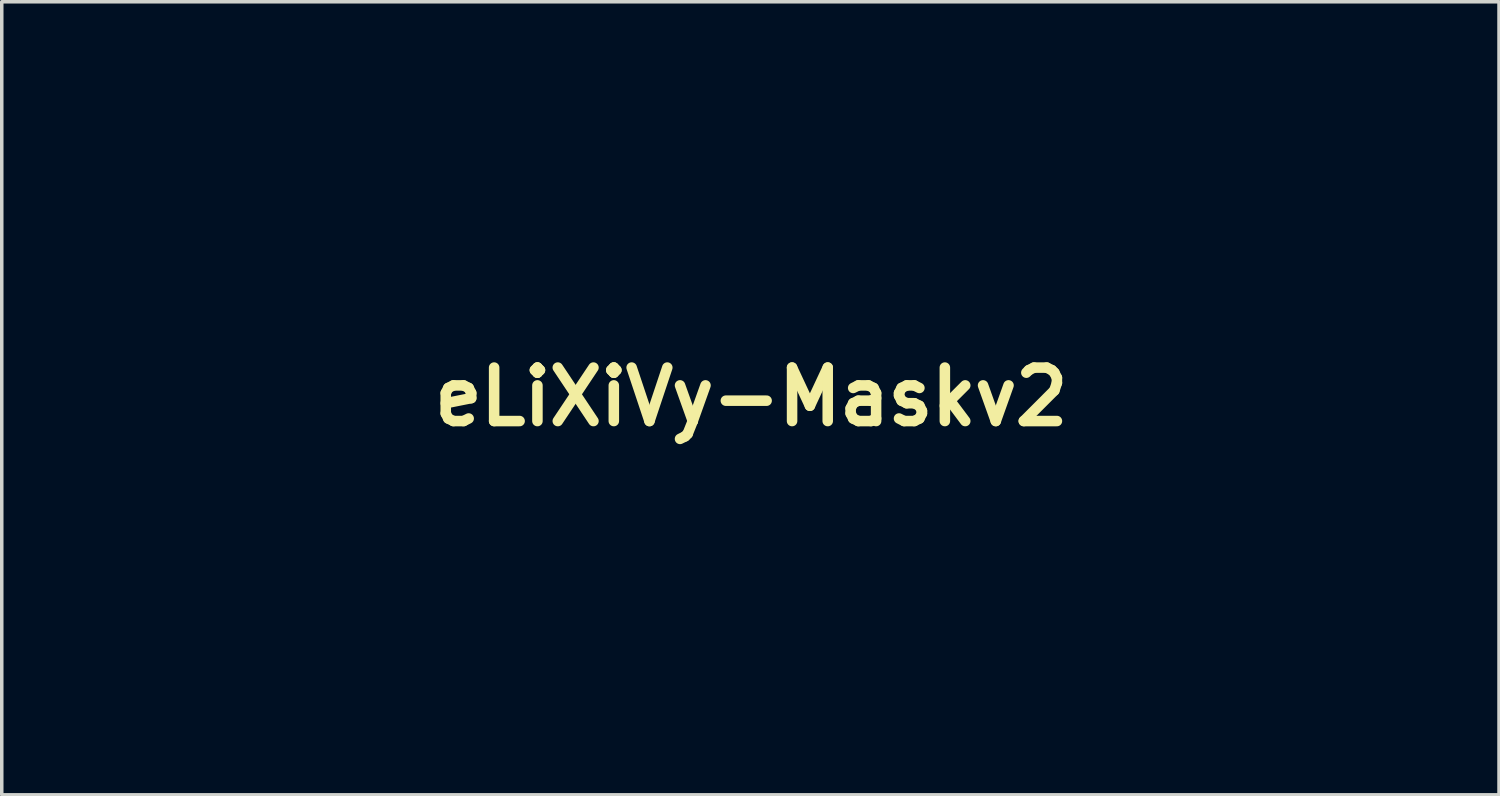
<source format=kicad_pcb>
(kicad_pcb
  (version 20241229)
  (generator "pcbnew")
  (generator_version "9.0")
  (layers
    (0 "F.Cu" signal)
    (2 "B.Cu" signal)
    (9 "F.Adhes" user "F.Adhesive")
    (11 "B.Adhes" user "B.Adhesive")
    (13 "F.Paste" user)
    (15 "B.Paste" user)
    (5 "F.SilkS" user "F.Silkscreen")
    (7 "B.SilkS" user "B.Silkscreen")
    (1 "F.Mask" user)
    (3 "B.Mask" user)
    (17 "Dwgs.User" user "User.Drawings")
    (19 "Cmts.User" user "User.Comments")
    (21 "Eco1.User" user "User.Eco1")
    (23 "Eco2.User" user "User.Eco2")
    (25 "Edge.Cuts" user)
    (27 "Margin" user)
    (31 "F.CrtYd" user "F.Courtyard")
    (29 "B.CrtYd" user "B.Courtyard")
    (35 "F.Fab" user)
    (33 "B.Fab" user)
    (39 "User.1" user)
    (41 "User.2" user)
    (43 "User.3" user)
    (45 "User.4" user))
  (footprint "eLiXiVy-Maskv2"
    (layer "F.Cu")
    (at 18.362 8.26)
    (property "Reference" "eLiXiVy-Maskv2" (at 0 0 0) (layer "F.SilkS") (effects (font (size 1.524 1.524) (thickness 0.3))))
    (attr through_hole)
    (fp_poly (pts (xy -12.065 8.297) (xy -12.594 8.297) (xy -12.594 6.652) (xy -12.832 6.723) (xy -12.928 6.751) (xy -13.011 6.774) (xy -13.071 6.789) (xy -13.098 6.794) (xy -13.111 6.784) (xy -13.118 6.748) (xy -13.12 6.682) (xy -13.119 6.59) (xy -13.113 6.386) (xy -12.636 6.22) (xy -12.5 6.173) (xy -12.375 6.132) (xy -12.267 6.097) (xy -12.183 6.071) (xy -12.129 6.057) (xy -12.113 6.054) (xy -12.065 6.054) (xy -12.065 8.297)) (stroke (width 0.01) (type solid)) (fill yes) (layer "F.Mask"))
    (fp_poly (pts (xy 3.143 -0.503) (xy 3.264 -0.444) (xy 3.367 -0.356) (xy 3.443 -0.241) (xy 3.463 -0.192) (xy 3.479 -0.121) (xy 3.489 -0.02) (xy 3.491 0.095) (xy 3.488 0.212) (xy 3.479 0.316) (xy 3.463 0.396) (xy 3.46 0.405) (xy 3.408 0.503) (xy 3.328 0.596) (xy 3.234 0.671) (xy 3.157 0.708) (xy 3.026 0.735) (xy 2.886 0.733) (xy 2.794 0.713) (xy 2.723 0.676) (xy 2.644 0.612) (xy 2.57 0.534) (xy 2.511 0.453) (xy 2.481 0.389) (xy 2.466 0.309) (xy 2.458 0.204) (xy 2.456 0.087) (xy 2.461 -0.028) (xy 2.472 -0.127) (xy 2.486 -0.188) (xy 2.553 -0.319) (xy 2.65 -0.421) (xy 2.736 -0.475) (xy 2.872 -0.521) (xy 3.01 -0.53) (xy 3.143 -0.503)) (stroke (width 0.01) (type solid)) (fill yes) (layer "F.Mask"))
    (fp_poly (pts (xy 9.703 -0.509) (xy 9.822 -0.46) (xy 9.927 -0.38) (xy 10.001 -0.287) (xy 10.026 -0.244) (xy 10.044 -0.206) (xy 10.055 -0.165) (xy 10.061 -0.112) (xy 10.064 -0.036) (xy 10.065 0.07) (xy 10.065 0.104) (xy 10.064 0.236) (xy 10.058 0.334) (xy 10.045 0.407) (xy 10.023 0.466) (xy 9.989 0.519) (xy 9.939 0.574) (xy 9.916 0.597) (xy 9.809 0.675) (xy 9.68 0.723) (xy 9.54 0.739) (xy 9.398 0.719) (xy 9.377 0.713) (xy 9.306 0.676) (xy 9.227 0.612) (xy 9.153 0.534) (xy 9.094 0.453) (xy 9.064 0.389) (xy 9.048 0.304) (xy 9.04 0.193) (xy 9.039 0.071) (xy 9.046 -0.047) (xy 9.059 -0.148) (xy 9.072 -0.197) (xy 9.133 -0.317) (xy 9.221 -0.412) (xy 9.328 -0.479) (xy 9.449 -0.517) (xy 9.576 -0.528) (xy 9.703 -0.509)) (stroke (width 0.01) (type solid)) (fill yes) (layer "F.Mask"))
    (fp_poly (pts (xy -17.451 6.019) (xy -17.26 6.05) (xy -17.1 6.109) (xy -16.972 6.195) (xy -16.877 6.308) (xy -16.827 6.409) (xy -16.79 6.561) (xy -16.788 6.724) (xy -16.818 6.887) (xy -16.865 7.009) (xy -16.887 7.052) (xy -16.912 7.094) (xy -16.944 7.14) (xy -16.986 7.195) (xy -17.04 7.262) (xy -17.111 7.345) (xy -17.202 7.448) (xy -17.316 7.576) (xy -17.407 7.678) (xy -17.573 7.863) (xy -17.147 7.869) (xy -16.722 7.875) (xy -16.722 8.297) (xy -18.309 8.297) (xy -18.309 7.948) (xy -17.947 7.567) (xy -17.789 7.4) (xy -17.66 7.259) (xy -17.557 7.14) (xy -17.476 7.04) (xy -17.416 6.955) (xy -17.374 6.881) (xy -17.348 6.816) (xy -17.335 6.755) (xy -17.332 6.702) (xy -17.347 6.592) (xy -17.389 6.51) (xy -17.443 6.465) (xy -17.537 6.437) (xy -17.624 6.447) (xy -17.701 6.494) (xy -17.762 6.574) (xy -17.803 6.683) (xy -17.81 6.715) (xy -17.824 6.795) (xy -18.357 6.795) (xy -18.345 6.678) (xy -18.308 6.512) (xy -18.236 6.365) (xy -18.133 6.24) (xy -18.002 6.139) (xy -17.849 6.067) (xy -17.676 6.025) (xy -17.488 6.016) (xy -17.451 6.019)) (stroke (width 0.01) (type solid)) (fill yes) (layer "F.Mask"))
    (fp_poly (pts (xy -13.96 6.031) (xy -13.785 6.078) (xy -13.642 6.154) (xy -13.531 6.256) (xy -13.453 6.384) (xy -13.409 6.538) (xy -13.399 6.672) (xy -13.405 6.775) (xy -13.427 6.874) (xy -13.466 6.976) (xy -13.527 7.084) (xy -13.61 7.203) (xy -13.72 7.339) (xy -13.859 7.495) (xy -13.906 7.546) (xy -13.987 7.634) (xy -14.059 7.714) (xy -14.115 7.778) (xy -14.152 7.822) (xy -14.162 7.837) (xy -14.167 7.85) (xy -14.162 7.859) (xy -14.141 7.866) (xy -14.099 7.87) (xy -14.032 7.872) (xy -13.935 7.874) (xy -13.801 7.874) (xy -13.759 7.874) (xy -13.335 7.874) (xy -13.335 8.297) (xy -14.922 8.297) (xy -14.922 7.943) (xy -14.652 7.66) (xy -14.488 7.487) (xy -14.351 7.34) (xy -14.239 7.217) (xy -14.15 7.114) (xy -14.081 7.027) (xy -14.029 6.953) (xy -13.992 6.889) (xy -13.969 6.831) (xy -13.955 6.776) (xy -13.95 6.72) (xy -13.949 6.689) (xy -13.953 6.618) (xy -13.969 6.569) (xy -14.006 6.522) (xy -14.021 6.507) (xy -14.1 6.451) (xy -14.181 6.435) (xy -14.259 6.454) (xy -14.329 6.507) (xy -14.385 6.591) (xy -14.423 6.703) (xy -14.426 6.716) (xy -14.44 6.795) (xy -14.971 6.795) (xy -14.959 6.669) (xy -14.933 6.545) (xy -14.879 6.416) (xy -14.807 6.299) (xy -14.735 6.219) (xy -14.595 6.123) (xy -14.431 6.057) (xy -14.25 6.021) (xy -14.06 6.018) (xy -13.96 6.031)) (stroke (width 0.01) (type solid)) (fill yes) (layer "F.Mask"))
    (fp_poly (pts (xy -10.159 2.465) (xy -9.974 2.55) (xy -9.814 2.613) (xy -9.669 2.655) (xy -9.528 2.68) (xy -9.383 2.691) (xy -9.326 2.691) (xy -9.112 2.691) (xy -8.858 3.012) (xy -8.758 3.135) (xy -8.646 3.267) (xy -8.533 3.397) (xy -8.429 3.513) (xy -8.372 3.573) (xy -8.284 3.664) (xy -8.215 3.732) (xy -8.156 3.783) (xy -8.097 3.825) (xy -8.029 3.864) (xy -7.942 3.908) (xy -7.858 3.949) (xy -7.575 4.085) (xy -7.613 4.151) (xy -7.677 4.236) (xy -7.776 4.336) (xy -7.903 4.447) (xy -8.057 4.566) (xy -8.23 4.691) (xy -8.42 4.818) (xy -8.622 4.946) (xy -8.831 5.071) (xy -9.042 5.191) (xy -9.251 5.302) (xy -9.453 5.403) (xy -9.644 5.489) (xy -9.82 5.559) (xy -9.975 5.609) (xy -10.004 5.617) (xy -10.111 5.64) (xy -10.221 5.655) (xy -10.32 5.663) (xy -10.395 5.661) (xy -10.409 5.659) (xy -10.45 5.642) (xy -10.482 5.607) (xy -10.504 5.551) (xy -10.52 5.467) (xy -10.53 5.35) (xy -10.535 5.197) (xy -10.535 5.19) (xy -10.539 5.051) (xy -10.545 4.945) (xy -10.554 4.863) (xy -10.568 4.794) (xy -10.585 4.735) (xy -10.672 4.538) (xy -10.799 4.346) (xy -10.904 4.223) (xy -10.96 4.161) (xy -11.003 4.109) (xy -11.026 4.077) (xy -11.028 4.072) (xy -11.02 4.046) (xy -10.998 3.99) (xy -10.966 3.912) (xy -10.933 3.834) (xy -10.835 3.598) (xy -10.74 3.347) (xy -10.65 3.092) (xy -10.57 2.842) (xy -10.502 2.608) (xy -10.45 2.4) (xy -10.447 2.388) (xy -10.435 2.331) (xy -10.159 2.465)) (stroke (width 0.01) (type solid)) (fill yes) (layer "F.Mask"))
    (fp_poly (pts (xy -1.388 -1.562) (xy -1.252 -1.519) (xy -1.128 -1.442) (xy -1.057 -1.378) (xy -1.028 -1.35) (xy -1.002 -1.327) (xy -0.979 -1.305) (xy -0.958 -1.282) (xy -0.94 -1.257) (xy -0.924 -1.227) (xy -0.911 -1.19) (xy -0.899 -1.143) (xy -0.889 -1.084) (xy -0.88 -1.011) (xy -0.874 -0.922) (xy -0.868 -0.814) (xy -0.864 -0.685) (xy -0.86 -0.533) (xy -0.858 -0.356) (xy -0.856 -0.151) (xy -0.855 0.084) (xy -0.854 0.351) (xy -0.853 0.652) (xy -0.853 0.991) (xy -0.852 1.368) (xy -0.851 1.561) (xy -0.846 4.17) (xy 0.402 4.17) (xy 0.664 4.17) (xy 0.886 4.17) (xy 1.074 4.171) (xy 1.229 4.171) (xy 1.356 4.173) (xy 1.458 4.175) (xy 1.539 4.178) (xy 1.602 4.181) (xy 1.651 4.186) (xy 1.688 4.191) (xy 1.718 4.198) (xy 1.744 4.206) (xy 1.764 4.213) (xy 1.905 4.286) (xy 2.018 4.385) (xy 2.103 4.504) (xy 2.158 4.637) (xy 2.185 4.779) (xy 2.183 4.923) (xy 2.15 5.064) (xy 2.089 5.195) (xy 1.997 5.311) (xy 1.874 5.407) (xy 1.824 5.434) (xy 1.704 5.493) (xy 0.021 5.497) (xy -0.299 5.498) (xy -0.579 5.498) (xy -0.822 5.498) (xy -1.03 5.498) (xy -1.206 5.497) (xy -1.352 5.495) (xy -1.47 5.493) (xy -1.564 5.491) (xy -1.636 5.487) (xy -1.687 5.483) (xy -1.722 5.479) (xy -1.738 5.474) (xy -1.893 5.397) (xy -2.023 5.287) (xy -2.123 5.149) (xy -2.146 5.102) (xy -2.191 5.006) (xy -2.191 -1.069) (xy -2.135 -1.187) (xy -2.046 -1.331) (xy -1.931 -1.444) (xy -1.793 -1.524) (xy -1.638 -1.567) (xy -1.548 -1.574) (xy -1.388 -1.562)) (stroke (width 0.01) (type solid)) (fill yes) (layer "F.Mask"))
    (fp_poly (pts (xy 9.665 1.183) (xy 9.772 1.213) (xy 9.793 1.222) (xy 9.886 1.288) (xy 9.969 1.375) (xy 10.031 1.471) (xy 10.051 1.521) (xy 10.056 1.551) (xy 10.06 1.607) (xy 10.064 1.692) (xy 10.067 1.807) (xy 10.069 1.953) (xy 10.071 2.132) (xy 10.073 2.347) (xy 10.074 2.598) (xy 10.075 2.888) (xy 10.075 3.217) (xy 10.075 3.344) (xy 10.075 3.689) (xy 10.075 3.992) (xy 10.074 4.257) (xy 10.072 4.484) (xy 10.07 4.676) (xy 10.068 4.834) (xy 10.065 4.959) (xy 10.061 5.055) (xy 10.057 5.121) (xy 10.053 5.16) (xy 10.051 5.168) (xy 10.006 5.262) (xy 9.933 5.356) (xy 9.844 5.433) (xy 9.794 5.464) (xy 9.712 5.494) (xy 9.612 5.512) (xy 9.512 5.518) (xy 9.43 5.509) (xy 9.419 5.506) (xy 9.278 5.44) (xy 9.166 5.342) (xy 9.088 5.228) (xy 9.081 5.214) (xy 9.075 5.196) (xy 9.07 5.172) (xy 9.065 5.14) (xy 9.062 5.096) (xy 9.058 5.038) (xy 9.056 4.963) (xy 9.054 4.868) (xy 9.052 4.751) (xy 9.051 4.608) (xy 9.05 4.438) (xy 9.049 4.237) (xy 9.049 4.003) (xy 9.049 3.732) (xy 9.049 3.422) (xy 9.049 3.344) (xy 9.049 3.025) (xy 9.049 2.746) (xy 9.049 2.503) (xy 9.05 2.295) (xy 9.051 2.117) (xy 9.052 1.969) (xy 9.053 1.846) (xy 9.055 1.746) (xy 9.058 1.667) (xy 9.061 1.605) (xy 9.064 1.558) (xy 9.069 1.523) (xy 9.074 1.498) (xy 9.08 1.479) (xy 9.087 1.464) (xy 9.088 1.46) (xy 9.178 1.334) (xy 9.295 1.238) (xy 9.324 1.221) (xy 9.424 1.187) (xy 9.544 1.174) (xy 9.665 1.183)) (stroke (width 0.01) (type solid)) (fill yes) (layer "F.Mask"))
    (fp_poly (pts (xy 3.125 1.193) (xy 3.251 1.245) (xy 3.355 1.333) (xy 3.436 1.456) (xy 3.448 1.482) (xy 3.456 1.5) (xy 3.463 1.519) (xy 3.469 1.542) (xy 3.474 1.573) (xy 3.478 1.614) (xy 3.481 1.667) (xy 3.484 1.736) (xy 3.487 1.823) (xy 3.488 1.932) (xy 3.49 2.064) (xy 3.491 2.224) (xy 3.491 2.413) (xy 3.492 2.635) (xy 3.492 2.893) (xy 3.492 3.188) (xy 3.492 3.331) (xy 3.492 3.677) (xy 3.491 3.981) (xy 3.49 4.247) (xy 3.489 4.475) (xy 3.487 4.668) (xy 3.485 4.827) (xy 3.482 4.954) (xy 3.479 5.05) (xy 3.475 5.118) (xy 3.47 5.158) (xy 3.468 5.168) (xy 3.423 5.262) (xy 3.35 5.356) (xy 3.261 5.433) (xy 3.211 5.464) (xy 3.129 5.494) (xy 3.029 5.512) (xy 2.929 5.518) (xy 2.847 5.509) (xy 2.836 5.506) (xy 2.696 5.44) (xy 2.585 5.344) (xy 2.505 5.22) (xy 2.489 5.183) (xy 2.483 5.163) (xy 2.477 5.139) (xy 2.473 5.105) (xy 2.469 5.061) (xy 2.465 5.003) (xy 2.463 4.929) (xy 2.461 4.835) (xy 2.459 4.719) (xy 2.458 4.578) (xy 2.458 4.409) (xy 2.458 4.21) (xy 2.458 3.978) (xy 2.459 3.71) (xy 2.46 3.402) (xy 2.46 3.313) (xy 2.461 2.996) (xy 2.462 2.72) (xy 2.463 2.48) (xy 2.464 2.274) (xy 2.466 2.1) (xy 2.468 1.953) (xy 2.47 1.833) (xy 2.472 1.735) (xy 2.475 1.658) (xy 2.478 1.598) (xy 2.482 1.552) (xy 2.487 1.519) (xy 2.492 1.494) (xy 2.498 1.476) (xy 2.505 1.461) (xy 2.505 1.46) (xy 2.592 1.334) (xy 2.697 1.246) (xy 2.823 1.193) (xy 2.972 1.176) (xy 2.974 1.176) (xy 3.125 1.193)) (stroke (width 0.01) (type solid)) (fill yes) (layer "F.Mask"))
    (fp_poly (pts (xy -15.684 6.031) (xy -15.554 6.058) (xy -15.441 6.108) (xy -15.336 6.186) (xy -15.324 6.196) (xy -15.245 6.275) (xy -15.182 6.358) (xy -15.134 6.451) (xy -15.098 6.559) (xy -15.073 6.689) (xy -15.058 6.846) (xy -15.051 7.036) (xy -15.05 7.176) (xy -15.051 7.356) (xy -15.055 7.501) (xy -15.064 7.618) (xy -15.078 7.714) (xy -15.099 7.798) (xy -15.127 7.875) (xy -15.163 7.953) (xy -15.164 7.954) (xy -15.256 8.091) (xy -15.377 8.2) (xy -15.522 8.279) (xy -15.685 8.325) (xy -15.862 8.336) (xy -16.015 8.318) (xy -16.178 8.265) (xy -16.318 8.178) (xy -16.434 8.057) (xy -16.524 7.903) (xy -16.584 7.732) (xy -16.597 7.656) (xy -16.607 7.547) (xy -16.614 7.414) (xy -16.617 7.266) (xy -16.617 7.176) (xy -16.076 7.176) (xy -16.075 7.352) (xy -16.072 7.491) (xy -16.067 7.599) (xy -16.057 7.682) (xy -16.042 7.743) (xy -16.021 7.79) (xy -15.993 7.828) (xy -15.958 7.862) (xy -15.957 7.863) (xy -15.879 7.907) (xy -15.799 7.911) (xy -15.728 7.885) (xy -15.669 7.831) (xy -15.628 7.753) (xy -15.615 7.715) (xy -15.606 7.672) (xy -15.599 7.617) (xy -15.594 7.545) (xy -15.591 7.449) (xy -15.59 7.324) (xy -15.589 7.165) (xy -15.589 7.008) (xy -15.59 6.887) (xy -15.593 6.797) (xy -15.596 6.73) (xy -15.603 6.68) (xy -15.612 6.642) (xy -15.624 6.609) (xy -15.637 6.581) (xy -15.697 6.495) (xy -15.77 6.446) (xy -15.849 6.434) (xy -15.925 6.458) (xy -15.992 6.517) (xy -16.037 6.598) (xy -16.05 6.637) (xy -16.06 6.681) (xy -16.067 6.736) (xy -16.072 6.809) (xy -16.074 6.906) (xy -16.076 7.033) (xy -16.076 7.176) (xy -16.617 7.176) (xy -16.617 7.113) (xy -16.614 6.963) (xy -16.608 6.826) (xy -16.599 6.711) (xy -16.586 6.626) (xy -16.583 6.614) (xy -16.52 6.43) (xy -16.434 6.282) (xy -16.323 6.168) (xy -16.188 6.087) (xy -16.026 6.04) (xy -15.843 6.024) (xy -15.684 6.031)) (stroke (width 0.01) (type solid)) (fill yes) (layer "F.Mask"))
    (fp_poly (pts (xy 14.995 -1.549) (xy 15.137 -1.489) (xy 15.262 -1.398) (xy 15.364 -1.278) (xy 15.432 -1.145) (xy 15.444 -1.114) (xy 15.455 -1.085) (xy 15.464 -1.057) (xy 15.471 -1.028) (xy 15.475 -0.996) (xy 15.475 -0.958) (xy 15.471 -0.913) (xy 15.462 -0.859) (xy 15.448 -0.793) (xy 15.427 -0.714) (xy 15.401 -0.62) (xy 15.367 -0.509) (xy 15.325 -0.379) (xy 15.275 -0.227) (xy 15.216 -0.052) (xy 15.148 0.148) (xy 15.069 0.375) (xy 14.979 0.631) (xy 14.879 0.918) (xy 14.766 1.239) (xy 14.641 1.595) (xy 14.503 1.988) (xy 14.439 2.17) (xy 14.319 2.508) (xy 14.203 2.837) (xy 14.092 3.153) (xy 13.985 3.455) (xy 13.884 3.74) (xy 13.79 4.005) (xy 13.703 4.249) (xy 13.625 4.47) (xy 13.555 4.664) (xy 13.496 4.829) (xy 13.447 4.964) (xy 13.41 5.065) (xy 13.386 5.131) (xy 13.375 5.159) (xy 13.296 5.276) (xy 13.187 5.372) (xy 13.056 5.444) (xy 12.912 5.488) (xy 12.761 5.502) (xy 12.613 5.483) (xy 12.545 5.462) (xy 12.399 5.385) (xy 12.281 5.279) (xy 12.238 5.222) (xy 12.221 5.189) (xy 12.192 5.118) (xy 12.151 5.012) (xy 12.1 4.875) (xy 12.038 4.709) (xy 11.967 4.516) (xy 11.889 4.3) (xy 11.804 4.063) (xy 11.712 3.808) (xy 11.615 3.538) (xy 11.515 3.255) (xy 11.411 2.962) (xy 11.305 2.663) (xy 11.198 2.358) (xy 11.091 2.053) (xy 10.984 1.748) (xy 10.879 1.447) (xy 10.777 1.153) (xy 10.678 0.869) (xy 10.584 0.596) (xy 10.495 0.338) (xy 10.413 0.098) (xy 10.339 -0.121) (xy 10.273 -0.318) (xy 10.216 -0.489) (xy 10.17 -0.631) (xy 10.135 -0.741) (xy 10.112 -0.818) (xy 10.102 -0.857) (xy 10.102 -0.859) (xy 10.107 -1.021) (xy 10.148 -1.169) (xy 10.22 -1.298) (xy 10.318 -1.407) (xy 10.438 -1.491) (xy 10.574 -1.548) (xy 10.722 -1.574) (xy 10.877 -1.566) (xy 11.033 -1.522) (xy 11.085 -1.498) (xy 11.194 -1.425) (xy 11.292 -1.323) (xy 11.362 -1.213) (xy 11.375 -1.182) (xy 11.401 -1.113) (xy 11.438 -1.011) (xy 11.486 -0.877) (xy 11.545 -0.715) (xy 11.612 -0.527) (xy 11.687 -0.316) (xy 11.769 -0.085) (xy 11.857 0.163) (xy 11.949 0.425) (xy 12.045 0.699) (xy 12.088 0.82) (xy 12.185 1.096) (xy 12.278 1.36) (xy 12.366 1.61) (xy 12.449 1.842) (xy 12.524 2.055) (xy 12.592 2.246) (xy 12.652 2.411) (xy 12.702 2.549) (xy 12.741 2.656) (xy 12.768 2.73) (xy 12.783 2.768) (xy 12.786 2.773) (xy 12.794 2.753) (xy 12.816 2.697) (xy 12.849 2.605) (xy 12.894 2.482) (xy 12.948 2.33) (xy 13.012 2.152) (xy 13.084 1.95) (xy 13.163 1.727) (xy 13.248 1.486) (xy 13.339 1.229) (xy 13.433 0.96) (xy 13.471 0.852) (xy 13.568 0.576) (xy 13.662 0.309) (xy 13.751 0.055) (xy 13.835 -0.183) (xy 13.913 -0.403) (xy 13.984 -0.601) (xy 14.046 -0.776) (xy 14.099 -0.922) (xy 14.141 -1.039) (xy 14.172 -1.123) (xy 14.19 -1.17) (xy 14.192 -1.177) (xy 14.277 -1.321) (xy 14.391 -1.435) (xy 14.525 -1.514) (xy 14.683 -1.564) (xy 14.842 -1.574) (xy 14.995 -1.549)) (stroke (width 0.01) (type solid)) (fill yes) (layer "F.Mask"))
    (fp_poly (pts (xy -4.048 0.528) (xy -3.821 0.589) (xy -3.74 0.622) (xy -3.575 0.71) (xy -3.411 0.826) (xy -3.255 0.963) (xy -3.114 1.114) (xy -2.994 1.271) (xy -2.902 1.428) (xy -2.855 1.544) (xy -2.819 1.71) (xy -2.81 1.892) (xy -2.828 2.07) (xy -2.855 2.18) (xy -2.939 2.379) (xy -3.066 2.578) (xy -3.235 2.778) (xy -3.446 2.977) (xy -3.699 3.177) (xy -3.994 3.377) (xy -4.33 3.577) (xy -4.707 3.777) (xy -5.032 3.934) (xy -5.158 3.991) (xy -5.291 4.05) (xy -5.417 4.105) (xy -5.522 4.149) (xy -5.551 4.161) (xy -5.636 4.198) (xy -5.704 4.232) (xy -5.747 4.259) (xy -5.757 4.271) (xy -5.743 4.326) (xy -5.708 4.384) (xy -5.665 4.427) (xy -5.647 4.436) (xy -5.546 4.451) (xy -5.415 4.444) (xy -5.259 4.416) (xy -5.084 4.368) (xy -4.895 4.302) (xy -4.782 4.255) (xy -4.579 4.159) (xy -4.352 4.039) (xy -4.11 3.898) (xy -3.86 3.742) (xy -3.609 3.575) (xy -3.366 3.401) (xy -3.334 3.377) (xy -3.242 3.311) (xy -3.156 3.251) (xy -3.084 3.205) (xy -3.036 3.178) (xy -3.03 3.176) (xy -2.945 3.155) (xy -2.84 3.149) (xy -2.734 3.157) (xy -2.647 3.179) (xy -2.645 3.18) (xy -2.523 3.253) (xy -2.428 3.352) (xy -2.364 3.472) (xy -2.332 3.604) (xy -2.336 3.742) (xy -2.378 3.879) (xy -2.387 3.896) (xy -2.42 3.951) (xy -2.47 4.01) (xy -2.538 4.077) (xy -2.629 4.153) (xy -2.745 4.241) (xy -2.889 4.344) (xy -3.065 4.464) (xy -3.175 4.538) (xy -3.549 4.777) (xy -3.902 4.981) (xy -4.236 5.15) (xy -4.553 5.284) (xy -4.853 5.386) (xy -5.106 5.449) (xy -5.218 5.466) (xy -5.354 5.476) (xy -5.5 5.48) (xy -5.643 5.477) (xy -5.772 5.468) (xy -5.873 5.453) (xy -5.88 5.451) (xy -6.076 5.384) (xy -6.26 5.282) (xy -6.423 5.151) (xy -6.558 4.997) (xy -6.589 4.951) (xy -6.689 4.755) (xy -6.76 4.533) (xy -6.803 4.286) (xy -6.816 4.019) (xy -6.802 3.734) (xy -6.76 3.435) (xy -6.691 3.125) (xy -6.658 3.018) (xy -5.558 3.018) (xy -5.553 3.027) (xy -5.531 3.018) (xy -5.478 2.993) (xy -5.398 2.954) (xy -5.299 2.905) (xy -5.187 2.849) (xy -5.184 2.848) (xy -4.932 2.716) (xy -4.698 2.583) (xy -4.486 2.452) (xy -4.299 2.324) (xy -4.14 2.202) (xy -4.013 2.089) (xy -3.919 1.986) (xy -3.875 1.918) (xy -3.859 1.882) (xy -3.862 1.851) (xy -3.887 1.811) (xy -3.909 1.783) (xy -4.015 1.674) (xy -4.131 1.597) (xy -4.249 1.555) (xy -4.286 1.55) (xy -4.354 1.547) (xy -4.412 1.557) (xy -4.477 1.583) (xy -4.533 1.61) (xy -4.629 1.673) (xy -4.74 1.763) (xy -4.857 1.873) (xy -4.972 1.995) (xy -5.077 2.121) (xy -5.137 2.203) (xy -5.193 2.29) (xy -5.254 2.391) (xy -5.317 2.501) (xy -5.378 2.615) (xy -5.435 2.725) (xy -5.484 2.826) (xy -5.523 2.913) (xy -5.549 2.979) (xy -5.558 3.018) (xy -6.658 3.018) (xy -6.594 2.808) (xy -6.47 2.486) (xy -6.329 2.181) (xy -6.143 1.841) (xy -5.943 1.537) (xy -5.73 1.268) (xy -5.505 1.037) (xy -5.27 0.845) (xy -5.025 0.693) (xy -4.99 0.675) (xy -4.759 0.58) (xy -4.521 0.524) (xy -4.283 0.507) (xy -4.048 0.528)) (stroke (width 0.01) (type solid)) (fill yes) (layer "F.Mask"))
    (fp_poly (pts (xy 15.727 0.481) (xy 15.848 0.521) (xy 15.955 0.591) (xy 16.043 0.691) (xy 16.074 0.747) (xy 16.093 0.787) (xy 16.107 0.824) (xy 16.116 0.865) (xy 16.122 0.917) (xy 16.125 0.988) (xy 16.125 1.084) (xy 16.125 1.214) (xy 16.124 1.259) (xy 16.124 1.418) (xy 16.126 1.542) (xy 16.131 1.639) (xy 16.139 1.717) (xy 16.152 1.785) (xy 16.156 1.805) (xy 16.193 1.925) (xy 16.238 2.035) (xy 16.287 2.126) (xy 16.334 2.185) (xy 16.427 2.243) (xy 16.544 2.277) (xy 16.674 2.285) (xy 16.806 2.265) (xy 16.813 2.263) (xy 16.92 2.212) (xy 17.012 2.123) (xy 17.089 1.997) (xy 17.15 1.838) (xy 17.195 1.646) (xy 17.221 1.424) (xy 17.23 1.196) (xy 17.231 1.046) (xy 17.238 0.931) (xy 17.251 0.843) (xy 17.271 0.774) (xy 17.302 0.716) (xy 17.344 0.662) (xy 17.351 0.653) (xy 17.451 0.561) (xy 17.556 0.505) (xy 17.678 0.48) (xy 17.749 0.478) (xy 17.84 0.481) (xy 17.907 0.494) (xy 17.968 0.52) (xy 17.997 0.536) (xy 18.115 0.627) (xy 18.199 0.744) (xy 18.235 0.832) (xy 18.251 0.909) (xy 18.265 1.024) (xy 18.277 1.169) (xy 18.287 1.341) (xy 18.294 1.532) (xy 18.3 1.738) (xy 18.303 1.953) (xy 18.303 2.172) (xy 18.301 2.389) (xy 18.296 2.599) (xy 18.289 2.796) (xy 18.28 2.974) (xy 18.267 3.128) (xy 18.257 3.216) (xy 18.196 3.596) (xy 18.116 3.942) (xy 18.018 4.252) (xy 17.901 4.526) (xy 17.767 4.761) (xy 17.752 4.784) (xy 17.592 4.983) (xy 17.403 5.158) (xy 17.19 5.302) (xy 16.962 5.413) (xy 16.785 5.47) (xy 16.687 5.488) (xy 16.559 5.502) (xy 16.414 5.511) (xy 16.264 5.515) (xy 16.121 5.514) (xy 15.999 5.506) (xy 15.97 5.502) (xy 15.678 5.441) (xy 15.391 5.339) (xy 15.111 5.195) (xy 14.859 5.025) (xy 14.757 4.945) (xy 14.646 4.851) (xy 14.531 4.748) (xy 14.418 4.644) (xy 14.314 4.542) (xy 14.224 4.449) (xy 14.154 4.371) (xy 14.11 4.313) (xy 14.107 4.308) (xy 14.052 4.176) (xy 14.037 4.037) (xy 14.061 3.9) (xy 14.122 3.772) (xy 14.167 3.713) (xy 14.27 3.617) (xy 14.382 3.56) (xy 14.512 3.537) (xy 14.552 3.536) (xy 14.633 3.54) (xy 14.707 3.556) (xy 14.779 3.586) (xy 14.856 3.635) (xy 14.946 3.707) (xy 15.054 3.805) (xy 15.109 3.857) (xy 15.265 4.004) (xy 15.401 4.123) (xy 15.522 4.218) (xy 15.634 4.294) (xy 15.743 4.355) (xy 15.78 4.373) (xy 15.935 4.432) (xy 16.103 4.469) (xy 16.273 4.484) (xy 16.435 4.477) (xy 16.576 4.446) (xy 16.619 4.429) (xy 16.743 4.352) (xy 16.855 4.235) (xy 16.955 4.079) (xy 17.042 3.886) (xy 17.117 3.657) (xy 17.167 3.446) (xy 17.184 3.361) (xy 17.195 3.293) (xy 17.2 3.252) (xy 17.199 3.244) (xy 17.177 3.245) (xy 17.125 3.256) (xy 17.057 3.273) (xy 16.96 3.292) (xy 16.834 3.305) (xy 16.691 3.311) (xy 16.546 3.311) (xy 16.41 3.305) (xy 16.297 3.292) (xy 16.256 3.284) (xy 16.138 3.246) (xy 16.004 3.189) (xy 15.869 3.122) (xy 15.751 3.051) (xy 15.694 3.009) (xy 15.553 2.874) (xy 15.423 2.705) (xy 15.31 2.511) (xy 15.219 2.299) (xy 15.164 2.124) (xy 15.126 1.944) (xy 15.099 1.752) (xy 15.083 1.556) (xy 15.077 1.362) (xy 15.081 1.178) (xy 15.097 1.011) (xy 15.123 0.869) (xy 15.159 0.758) (xy 15.17 0.736) (xy 15.252 0.625) (xy 15.356 0.543) (xy 15.474 0.492) (xy 15.6 0.472) (xy 15.727 0.481)) (stroke (width 0.01) (type solid)) (fill yes) (layer "F.Mask"))
    (fp_poly (pts (xy 4.583 -1.629) (xy 4.701 -1.605) (xy 4.719 -1.599) (xy 4.767 -1.581) (xy 4.813 -1.559) (xy 4.857 -1.53) (xy 4.903 -1.492) (xy 4.952 -1.442) (xy 5.007 -1.376) (xy 5.069 -1.293) (xy 5.141 -1.189) (xy 5.225 -1.061) (xy 5.322 -0.908) (xy 5.436 -0.725) (xy 5.568 -0.51) (xy 5.663 -0.355) (xy 5.776 -0.172) (xy 5.881 0.000331) (xy 5.978 0.158) (xy 6.064 0.297) (xy 6.138 0.415) (xy 6.197 0.509) (xy 6.239 0.574) (xy 6.262 0.609) (xy 6.265 0.613) (xy 6.278 0.596) (xy 6.311 0.545) (xy 6.361 0.465) (xy 6.428 0.359) (xy 6.508 0.23) (xy 6.6 0.082) (xy 6.702 -0.083) (xy 6.811 -0.261) (xy 6.868 -0.353) (xy 6.982 -0.54) (xy 7.092 -0.717) (xy 7.195 -0.881) (xy 7.289 -1.029) (xy 7.371 -1.157) (xy 7.439 -1.261) (xy 7.491 -1.338) (xy 7.525 -1.384) (xy 7.533 -1.393) (xy 7.652 -1.484) (xy 7.791 -1.544) (xy 7.942 -1.573) (xy 8.095 -1.569) (xy 8.242 -1.533) (xy 8.373 -1.463) (xy 8.386 -1.454) (xy 8.488 -1.36) (xy 8.573 -1.253) (xy 8.63 -1.144) (xy 8.639 -1.116) (xy 8.658 -1.017) (xy 8.663 -0.903) (xy 8.656 -0.79) (xy 8.638 -0.696) (xy 8.629 -0.671) (xy 8.612 -0.639) (xy 8.575 -0.575) (xy 8.52 -0.481) (xy 8.448 -0.361) (xy 8.361 -0.217) (xy 8.262 -0.053) (xy 8.152 0.128) (xy 8.033 0.324) (xy 7.907 0.529) (xy 7.832 0.652) (xy 7.704 0.861) (xy 7.582 1.059) (xy 7.47 1.243) (xy 7.367 1.412) (xy 7.277 1.56) (xy 7.2 1.687) (xy 7.139 1.788) (xy 7.096 1.861) (xy 7.071 1.903) (xy 7.067 1.912) (xy 7.077 1.932) (xy 7.108 1.986) (xy 7.158 2.069) (xy 7.225 2.181) (xy 7.307 2.316) (xy 7.402 2.473) (xy 7.508 2.649) (xy 7.625 2.84) (xy 7.75 3.044) (xy 7.854 3.213) (xy 7.985 3.427) (xy 8.11 3.633) (xy 8.228 3.827) (xy 8.335 4.006) (xy 8.432 4.167) (xy 8.514 4.307) (xy 8.582 4.422) (xy 8.632 4.511) (xy 8.663 4.568) (xy 8.673 4.589) (xy 8.694 4.689) (xy 8.698 4.81) (xy 8.688 4.935) (xy 8.665 5.049) (xy 8.638 5.119) (xy 8.544 5.259) (xy 8.423 5.371) (xy 8.282 5.454) (xy 8.128 5.503) (xy 7.966 5.516) (xy 7.812 5.492) (xy 7.686 5.447) (xy 7.583 5.383) (xy 7.49 5.298) (xy 7.464 5.265) (xy 7.419 5.199) (xy 7.356 5.104) (xy 7.279 4.984) (xy 7.189 4.844) (xy 7.09 4.685) (xy 6.983 4.513) (xy 6.871 4.332) (xy 6.836 4.276) (xy 6.725 4.094) (xy 6.62 3.923) (xy 6.523 3.766) (xy 6.437 3.626) (xy 6.363 3.508) (xy 6.304 3.414) (xy 6.262 3.348) (xy 6.239 3.313) (xy 6.236 3.309) (xy 6.225 3.313) (xy 6.202 3.337) (xy 6.167 3.385) (xy 6.117 3.457) (xy 6.052 3.557) (xy 5.971 3.685) (xy 5.871 3.843) (xy 5.753 4.035) (xy 5.62 4.251) (xy 5.505 4.437) (xy 5.395 4.615) (xy 5.292 4.78) (xy 5.198 4.929) (xy 5.116 5.058) (xy 5.048 5.164) (xy 4.996 5.242) (xy 4.962 5.289) (xy 4.955 5.299) (xy 4.838 5.399) (xy 4.704 5.465) (xy 4.559 5.499) (xy 4.411 5.5) (xy 4.265 5.469) (xy 4.129 5.409) (xy 4.008 5.319) (xy 3.91 5.201) (xy 3.876 5.141) (xy 3.841 5.066) (xy 3.821 5.002) (xy 3.812 4.931) (xy 3.81 4.838) (xy 3.814 4.735) (xy 3.825 4.657) (xy 3.849 4.588) (xy 3.861 4.561) (xy 3.88 4.526) (xy 3.92 4.457) (xy 3.978 4.359) (xy 4.053 4.235) (xy 4.141 4.087) (xy 4.243 3.921) (xy 4.354 3.737) (xy 4.474 3.541) (xy 4.601 3.335) (xy 4.665 3.231) (xy 4.792 3.023) (xy 4.912 2.827) (xy 5.024 2.644) (xy 5.126 2.477) (xy 5.215 2.33) (xy 5.291 2.205) (xy 5.351 2.105) (xy 5.393 2.034) (xy 5.415 1.994) (xy 5.419 1.987) (xy 5.408 1.966) (xy 5.377 1.912) (xy 5.327 1.828) (xy 5.26 1.717) (xy 5.178 1.582) (xy 5.083 1.425) (xy 4.977 1.25) (xy 4.861 1.06) (xy 4.736 0.857) (xy 4.649 0.714) (xy 4.519 0.502) (xy 4.394 0.299) (xy 4.277 0.107) (xy 4.169 -0.07) (xy 4.073 -0.229) (xy 3.99 -0.366) (xy 3.922 -0.479) (xy 3.871 -0.564) (xy 3.839 -0.618) (xy 3.83 -0.635) (xy 3.79 -0.75) (xy 3.771 -0.886) (xy 3.773 -1.027) (xy 3.798 -1.158) (xy 3.809 -1.188) (xy 3.887 -1.336) (xy 3.999 -1.461) (xy 4.141 -1.559) (xy 4.161 -1.569) (xy 4.249 -1.608) (xy 4.324 -1.629) (xy 4.408 -1.637) (xy 4.451 -1.637) (xy 4.583 -1.629)) (stroke (width 0.01) (type solid)) (fill yes) (layer "F.Mask"))
    (fp_poly (pts (xy -13.249 -8.243) (xy -13.037 -8.21) (xy -12.831 -8.158) (xy -12.635 -8.089) (xy -12.456 -8.007) (xy -12.298 -7.912) (xy -12.167 -7.808) (xy -12.069 -7.697) (xy -12.024 -7.62) (xy -11.994 -7.534) (xy -11.98 -7.438) (xy -11.981 -7.33) (xy -12 -7.205) (xy -12.037 -7.059) (xy -12.093 -6.888) (xy -12.168 -6.688) (xy -12.259 -6.466) (xy -12.356 -6.233) (xy -12.435 -6.031) (xy -12.497 -5.856) (xy -12.545 -5.702) (xy -12.579 -5.565) (xy -12.602 -5.437) (xy -12.614 -5.315) (xy -12.618 -5.204) (xy -12.606 -4.988) (xy -12.568 -4.797) (xy -12.517 -4.657) (xy -12.437 -4.5) (xy -12.352 -4.384) (xy -12.263 -4.307) (xy -12.24 -4.294) (xy -12.202 -4.277) (xy -12.168 -4.266) (xy -12.127 -4.261) (xy -12.072 -4.26) (xy -11.994 -4.264) (xy -11.884 -4.273) (xy -11.843 -4.276) (xy -11.661 -4.29) (xy -11.518 -4.294) (xy -11.407 -4.29) (xy -11.327 -4.274) (xy -11.271 -4.248) (xy -11.238 -4.208) (xy -11.222 -4.154) (xy -11.218 -4.104) (xy -11.223 -4.05) (xy -11.244 -4.01) (xy -11.291 -3.969) (xy -11.303 -3.961) (xy -11.4 -3.902) (xy -11.526 -3.846) (xy -11.688 -3.79) (xy -11.762 -3.768) (xy -11.852 -3.739) (xy -11.914 -3.707) (xy -11.964 -3.665) (xy -11.986 -3.64) (xy -12.058 -3.528) (xy -12.098 -3.394) (xy -12.107 -3.237) (xy -12.086 -3.055) (xy -12.033 -2.85) (xy -11.948 -2.619) (xy -11.832 -2.362) (xy -11.684 -2.078) (xy -11.663 -2.04) (xy -11.587 -1.907) (xy -11.527 -1.805) (xy -11.479 -1.731) (xy -11.437 -1.678) (xy -11.399 -1.642) (xy -11.359 -1.617) (xy -11.316 -1.598) (xy -11.274 -1.583) (xy -11.235 -1.575) (xy -11.189 -1.573) (xy -11.126 -1.577) (xy -11.038 -1.588) (xy -10.961 -1.598) (xy -10.847 -1.611) (xy -10.706 -1.623) (xy -10.551 -1.634) (xy -10.396 -1.642) (xy -10.318 -1.645) (xy -10.171 -1.649) (xy -10.059 -1.649) (xy -9.974 -1.647) (xy -9.908 -1.641) (xy -9.853 -1.631) (xy -9.816 -1.622) (xy -9.727 -1.591) (xy -9.671 -1.557) (xy -9.642 -1.51) (xy -9.632 -1.441) (xy -9.631 -1.403) (xy -9.631 -1.285) (xy -9.805 -1.297) (xy -9.895 -1.307) (xy -10.011 -1.324) (xy -10.138 -1.347) (xy -10.263 -1.373) (xy -10.266 -1.373) (xy -10.481 -1.419) (xy -10.66 -1.451) (xy -10.807 -1.469) (xy -10.928 -1.474) (xy -11.026 -1.465) (xy -11.105 -1.442) (xy -11.171 -1.405) (xy -11.226 -1.355) (xy -11.227 -1.354) (xy -11.289 -1.272) (xy -11.319 -1.192) (xy -11.321 -1.101) (xy -11.318 -1.079) (xy -11.3 -1.006) (xy -11.264 -0.942) (xy -11.204 -0.879) (xy -11.115 -0.813) (xy -11.011 -0.749) (xy -10.638 -0.514) (xy -10.307 -0.271) (xy -10.017 -0.02) (xy -9.769 0.239) (xy -9.562 0.505) (xy -9.396 0.78) (xy -9.272 1.063) (xy -9.228 1.201) (xy -9.196 1.335) (xy -9.172 1.486) (xy -9.157 1.638) (xy -9.153 1.776) (xy -9.157 1.852) (xy -9.171 1.988) (xy -9.268 2.003) (xy -9.35 2.008) (xy -9.438 2) (xy -9.539 1.977) (xy -9.658 1.936) (xy -9.801 1.876) (xy -9.974 1.796) (xy -9.98 1.793) (xy -10.34 1.619) (xy -10.53 1.619) (xy -10.625 1.621) (xy -10.691 1.626) (xy -10.739 1.639) (xy -10.784 1.661) (xy -10.809 1.677) (xy -10.877 1.726) (xy -10.933 1.779) (xy -10.98 1.843) (xy -11.021 1.923) (xy -11.059 2.027) (xy -11.098 2.159) (xy -11.141 2.328) (xy -11.141 2.329) (xy -11.182 2.486) (xy -11.23 2.654) (xy -11.285 2.826) (xy -11.343 2.999) (xy -11.403 3.168) (xy -11.463 3.327) (xy -11.522 3.472) (xy -11.577 3.599) (xy -11.626 3.702) (xy -11.669 3.776) (xy -11.702 3.818) (xy -11.716 3.824) (xy -11.756 3.822) (xy -11.824 3.811) (xy -11.907 3.794) (xy -11.929 3.789) (xy -12.308 3.681) (xy -12.675 3.533) (xy -13.029 3.346) (xy -13.367 3.122) (xy -13.69 2.861) (xy -13.994 2.565) (xy -14.278 2.234) (xy -14.519 1.905) (xy -14.757 1.524) (xy -14.956 1.149) (xy -15.017 1.017) (xy -15.059 0.924) (xy -15.1 0.842) (xy -15.133 0.782) (xy -15.151 0.755) (xy -15.228 0.697) (xy -15.327 0.665) (xy -15.434 0.66) (xy -15.536 0.684) (xy -15.545 0.689) (xy -15.586 0.718) (xy -15.644 0.773) (xy -15.713 0.846) (xy -15.781 0.926) (xy -15.976 1.158) (xy -16.152 1.355) (xy -16.309 1.518) (xy -16.45 1.648) (xy -16.575 1.745) (xy -16.684 1.812) (xy -16.759 1.847) (xy -16.81 1.859) (xy -16.85 1.846) (xy -16.892 1.807) (xy -16.908 1.79) (xy -16.962 1.713) (xy -16.986 1.633) (xy -16.983 1.537) (xy -16.967 1.462) (xy -16.941 1.377) (xy -16.905 1.287) (xy -16.855 1.187) (xy -16.791 1.076) (xy -16.71 0.949) (xy -16.61 0.804) (xy -16.49 0.637) (xy -16.346 0.446) (xy -16.178 0.227) (xy -16.105 0.133) (xy -16.003 0.003) (xy -15.909 -0.119) (xy -15.826 -0.228) (xy -15.758 -0.32) (xy -15.707 -0.389) (xy -15.678 -0.431) (xy -15.673 -0.44) (xy -15.644 -0.539) (xy -15.652 -0.656) (xy -15.696 -0.784) (xy -15.707 -0.807) (xy -15.895 -1.224) (xy -16.05 -1.663) (xy -16.172 -2.119) (xy -16.258 -2.585) (xy -16.308 -3.054) (xy -16.319 -3.41) (xy -16.32 -3.514) (xy -16.325 -3.586) (xy -16.334 -3.636) (xy -16.349 -3.675) (xy -16.367 -3.704) (xy -16.41 -3.761) (xy -16.457 -3.803) (xy -16.516 -3.835) (xy -16.596 -3.86) (xy -16.704 -3.883) (xy -16.775 -3.895) (xy -16.999 -3.938) (xy -17.19 -3.984) (xy -17.345 -4.034) (xy -17.463 -4.086) (xy -17.541 -4.141) (xy -17.579 -4.196) (xy -17.581 -4.201) (xy -17.582 -4.282) (xy -17.551 -4.363) (xy -17.498 -4.426) (xy -17.477 -4.44) (xy -17.415 -4.46) (xy -17.321 -4.472) (xy -17.2 -4.479) (xy -17.063 -4.479) (xy -16.917 -4.472) (xy -16.77 -4.459) (xy -16.631 -4.441) (xy -16.56 -4.428) (xy -16.457 -4.407) (xy -16.385 -4.395) (xy -16.335 -4.391) (xy -16.296 -4.395) (xy -16.259 -4.406) (xy -16.238 -4.415) (xy -16.166 -4.455) (xy -16.099 -4.509) (xy -16.088 -4.52) (xy -16.061 -4.554) (xy -16.041 -4.591) (xy -16.026 -4.636) (xy -16.014 -4.698) (xy -16.005 -4.784) (xy -15.997 -4.9) (xy -15.991 -4.995) (xy -15.952 -5.405) (xy -15.881 -5.801) (xy -15.779 -6.178) (xy -15.647 -6.535) (xy -15.487 -6.867) (xy -15.301 -7.172) (xy -15.088 -7.447) (xy -14.965 -7.58) (xy -14.729 -7.794) (xy -14.48 -7.967) (xy -14.221 -8.1) (xy -13.951 -8.192) (xy -13.671 -8.243) (xy -13.459 -8.255) (xy -13.249 -8.243)) (stroke (width 0.01) (type solid)) (fill yes) (layer "F.Mask")))
  (gr_rect
    (start -3 -3)
    (end 39.67 19.601)
    (stroke (width 0.1) (type default))
    (fill no)
    (layer "Edge.Cuts")))
</source>
